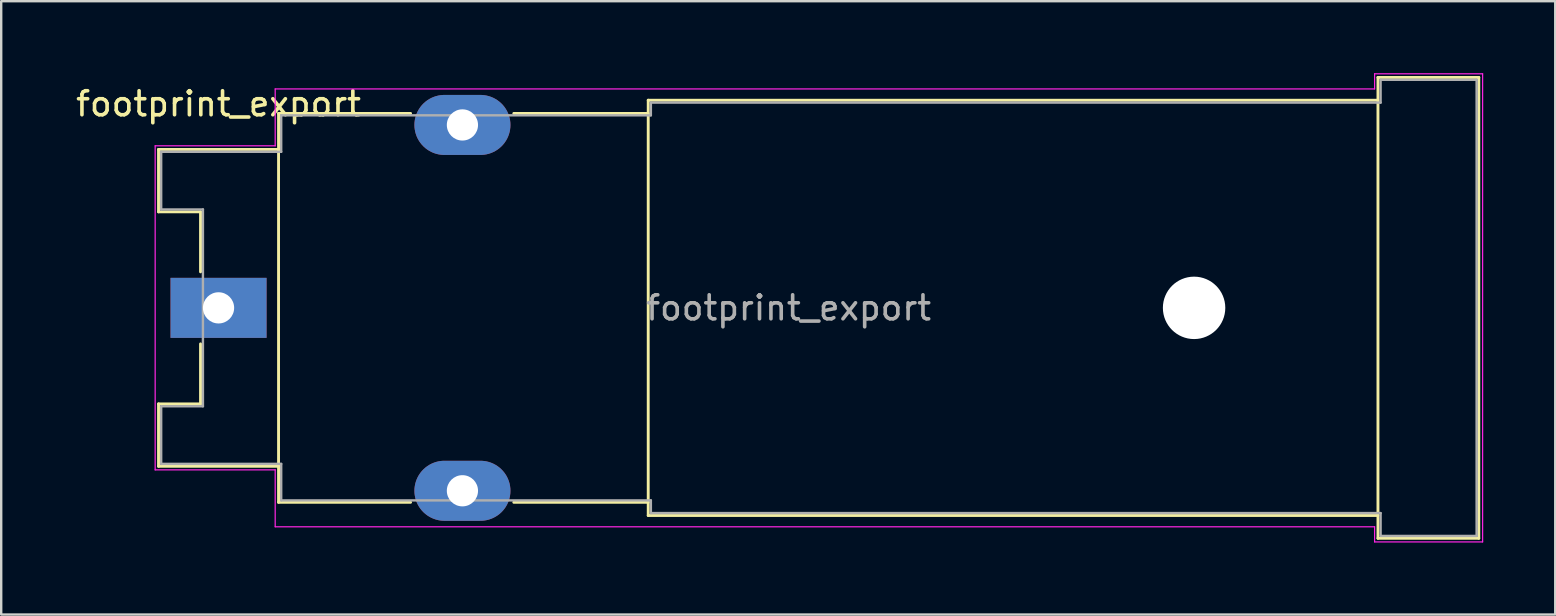
<source format=kicad_pcb>
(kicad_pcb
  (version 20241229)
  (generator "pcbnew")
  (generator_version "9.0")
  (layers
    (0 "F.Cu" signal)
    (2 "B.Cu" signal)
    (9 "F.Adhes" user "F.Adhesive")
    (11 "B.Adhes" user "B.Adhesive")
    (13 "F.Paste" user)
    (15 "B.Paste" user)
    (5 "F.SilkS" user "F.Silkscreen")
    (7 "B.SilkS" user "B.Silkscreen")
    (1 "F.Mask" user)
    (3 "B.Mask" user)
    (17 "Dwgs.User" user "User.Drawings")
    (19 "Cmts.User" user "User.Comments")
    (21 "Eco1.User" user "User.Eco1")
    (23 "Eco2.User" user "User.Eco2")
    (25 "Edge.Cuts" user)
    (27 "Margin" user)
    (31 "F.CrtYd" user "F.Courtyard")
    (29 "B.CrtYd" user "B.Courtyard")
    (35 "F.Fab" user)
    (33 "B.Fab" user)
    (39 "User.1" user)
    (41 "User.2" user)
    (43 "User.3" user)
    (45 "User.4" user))
  (footprint "footprint_export"
    (layer "F.Cu")
    (at 6.054 9.775)
    (property "Reference" "footprint_export" (at 0 -8.5 0) (layer "F.SilkS") (effects (font (size 1 1) (thickness 0.15))))
    (attr through_hole)
    (fp_line (start -2.5 -6.6) (end 2.5 -6.6) (stroke (width 0.12) (type solid)) (layer "F.SilkS"))
    (fp_line (start -2.5 -4) (end -2.5 -6.6) (stroke (width 0.12) (type solid)) (layer "F.SilkS"))
    (fp_line (start -2.5 4) (end -0.75 4) (stroke (width 0.12) (type solid)) (layer "F.SilkS"))
    (fp_line (start -2.5 6.6) (end -2.5 4) (stroke (width 0.12) (type solid)) (layer "F.SilkS"))
    (fp_line (start -2.5 6.6) (end 2.5 6.6) (stroke (width 0.12) (type solid)) (layer "F.SilkS"))
    (fp_line (start -0.75 -4) (end -2.5 -4) (stroke (width 0.12) (type solid)) (layer "F.SilkS"))
    (fp_line (start -0.75 -1.5) (end -0.75 -4) (stroke (width 0.12) (type solid)) (layer "F.SilkS"))
    (fp_line (start -0.75 4) (end -0.75 1.5) (stroke (width 0.12) (type solid)) (layer "F.SilkS"))
    (fp_line (start 2.5 -8.1) (end 8 -8.1) (stroke (width 0.12) (type solid)) (layer "F.SilkS"))
    (fp_line (start 2.5 8.1) (end 2.5 -8.1) (stroke (width 0.12) (type solid)) (layer "F.SilkS"))
    (fp_line (start 2.5 8.1) (end 8 8.1) (stroke (width 0.12) (type solid)) (layer "F.SilkS"))
    (fp_line (start 12.3 -8.1) (end 17.9 -8.1) (stroke (width 0.12) (type solid)) (layer "F.SilkS"))
    (fp_line (start 12.3 8.1) (end 17.9 8.1) (stroke (width 0.12) (type solid)) (layer "F.SilkS"))
    (fp_line (start 17.9 -8.65) (end 48.3 -8.65) (stroke (width 0.12) (type solid)) (layer "F.SilkS"))
    (fp_line (start 17.9 8.65) (end 17.9 -8.65) (stroke (width 0.12) (type solid)) (layer "F.SilkS"))
    (fp_line (start 17.9 8.65) (end 48.3 8.65) (stroke (width 0.12) (type solid)) (layer "F.SilkS"))
    (fp_line (start 48.3 -9.6) (end 52.5 -9.6) (stroke (width 0.12) (type solid)) (layer "F.SilkS"))
    (fp_line (start 48.3 9.6) (end 48.3 -9.6) (stroke (width 0.12) (type solid)) (layer "F.SilkS"))
    (fp_line (start 48.3 9.6) (end 52.5 9.6) (stroke (width 0.12) (type solid)) (layer "F.SilkS"))
    (fp_line (start 52.5 -9.6) (end 52.5 9.6) (stroke (width 0.12) (type solid)) (layer "F.SilkS"))
    (fp_line (start -2.64 -6.75) (end 2.36 -6.75) (stroke (width 0.05) (type solid)) (layer "F.CrtYd"))
    (fp_line (start -2.64 6.75) (end -2.64 -6.75) (stroke (width 0.05) (type solid)) (layer "F.CrtYd"))
    (fp_line (start -2.64 6.75) (end 2.36 6.75) (stroke (width 0.05) (type solid)) (layer "F.CrtYd"))
    (fp_line (start 2.36 -9.12) (end 2.36 -6.75) (stroke (width 0.05) (type solid)) (layer "F.CrtYd"))
    (fp_line (start 2.36 -9.12) (end 48.16 -9.12) (stroke (width 0.05) (type solid)) (layer "F.CrtYd"))
    (fp_line (start 2.36 6.75) (end 2.36 9.12) (stroke (width 0.05) (type solid)) (layer "F.CrtYd"))
    (fp_line (start 48.16 -9.75) (end 48.16 -9.12) (stroke (width 0.05) (type solid)) (layer "F.CrtYd"))
    (fp_line (start 48.16 -9.75) (end 52.66 -9.75) (stroke (width 0.05) (type solid)) (layer "F.CrtYd"))
    (fp_line (start 48.16 9.12) (end 2.36 9.12) (stroke (width 0.05) (type solid)) (layer "F.CrtYd"))
    (fp_line (start 48.16 9.12) (end 48.16 9.75) (stroke (width 0.05) (type solid)) (layer "F.CrtYd"))
    (fp_line (start 48.16 9.75) (end 52.66 9.75) (stroke (width 0.05) (type solid)) (layer "F.CrtYd"))
    (fp_line (start 52.66 -9.75) (end 52.66 9.75) (stroke (width 0.05) (type solid)) (layer "F.CrtYd"))
    (fp_line (start -2.39 -4.1) (end -2.39 -6.5) (stroke (width 0.1) (type solid)) (layer "F.Fab"))
    (fp_line (start -2.39 -4.1) (end -0.65 -4.1) (stroke (width 0.1) (type solid)) (layer "F.Fab"))
    (fp_line (start -2.39 4.1) (end -2.39 6.5) (stroke (width 0.1) (type solid)) (layer "F.Fab"))
    (fp_line (start -2.39 6.5) (end 2.61 6.5) (stroke (width 0.1) (type solid)) (layer "F.Fab"))
    (fp_line (start -0.65 -4.1) (end -0.65 4.1) (stroke (width 0.1) (type solid)) (layer "F.Fab"))
    (fp_line (start -0.65 4.1) (end -2.39 4.1) (stroke (width 0.1) (type solid)) (layer "F.Fab"))
    (fp_line (start 2.61 -8.02) (end 2.61 -6.5) (stroke (width 0.1) (type solid)) (layer "F.Fab"))
    (fp_line (start 2.61 -6.5) (end -2.39 -6.5) (stroke (width 0.1) (type solid)) (layer "F.Fab"))
    (fp_line (start 2.61 6.5) (end 2.61 8.02) (stroke (width 0.1) (type solid)) (layer "F.Fab"))
    (fp_line (start 2.61 8.02) (end 18.01 8.02) (stroke (width 0.1) (type solid)) (layer "F.Fab"))
    (fp_line (start 18.01 -8.55) (end 18.01 -8.02) (stroke (width 0.1) (type solid)) (layer "F.Fab"))
    (fp_line (start 18.01 -8.02) (end 2.61 -8.02) (stroke (width 0.1) (type solid)) (layer "F.Fab"))
    (fp_line (start 18.01 8.02) (end 18.01 8.55) (stroke (width 0.1) (type solid)) (layer "F.Fab"))
    (fp_line (start 18.01 8.55) (end 48.41 8.55) (stroke (width 0.1) (type solid)) (layer "F.Fab"))
    (fp_line (start 48.41 -9.5) (end 48.41 -8.55) (stroke (width 0.1) (type solid)) (layer "F.Fab"))
    (fp_line (start 48.41 -8.55) (end 18.01 -8.55) (stroke (width 0.1) (type solid)) (layer "F.Fab"))
    (fp_line (start 48.41 8.55) (end 48.41 9.5) (stroke (width 0.1) (type solid)) (layer "F.Fab"))
    (fp_line (start 48.41 9.5) (end 52.41 9.5) (stroke (width 0.1) (type solid)) (layer "F.Fab"))
    (fp_line (start 52.41 -9.5) (end 48.41 -9.5) (stroke (width 0.1) (type solid)) (layer "F.Fab"))
    (fp_line (start 52.41 -9.5) (end 52.41 9.5) (stroke (width 0.1) (type solid)) (layer "F.Fab"))
    (fp_text user "${REFERENCE}" (at 23.75 0 0) (layer "F.Fab") (effects (font (size 1 1) (thickness 0.15))))
    (pad "" np_thru_hole circle (at 40.64 0) (size 2.6 2.6) (drill 2.6) (layers "*.Cu" "*.Mask"))
    (pad "1" thru_hole rect (at 0 0) (size 4 2.5) (drill 1.3) (layers "*.Cu" "*.Mask"))
    (pad "2" thru_hole oval (at 10.16 -7.62) (size 4 2.5) (drill 1.3) (layers "*.Cu" "*.Mask"))
    (pad "2" thru_hole oval (at 10.16 7.62) (size 4 2.5) (drill 1.3) (layers "*.Cu" "*.Mask")))
  (gr_rect
    (start -3 -3)
    (end 61.739 22.55)
    (stroke (width 0.1) (type default))
    (fill no)
    (layer "Edge.Cuts")))
</source>
